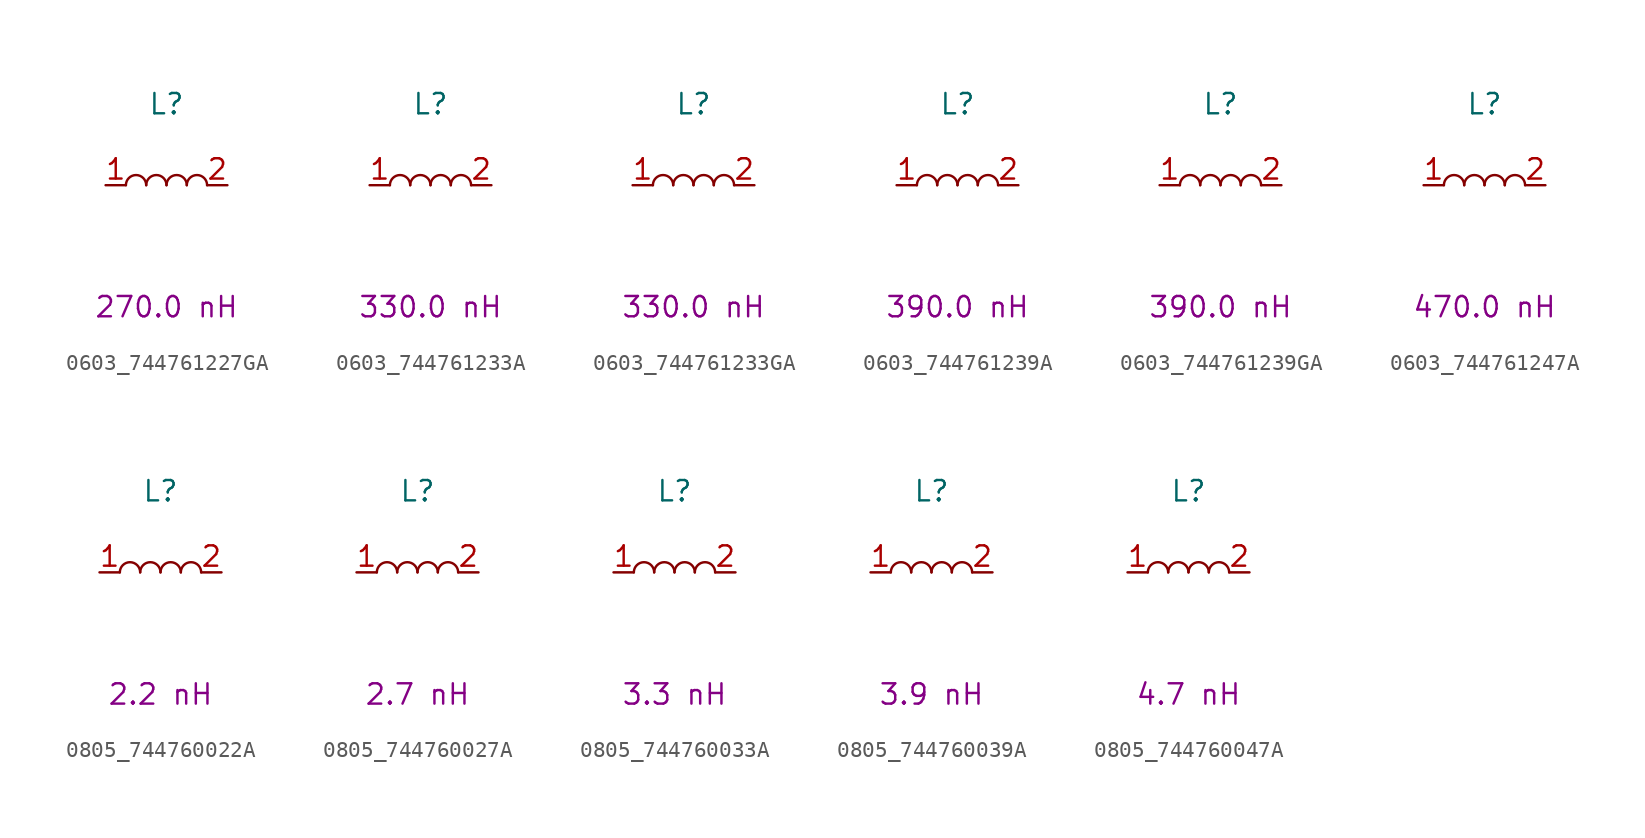
<source format=kicad_sym>
(kicad_symbol_lib
  (version 20220914)
  (generator kicad_symbol_editor)
  (symbol "0603_744761227GA"
    (pin_names hide)
    (property "Reference" "L"
      (at 0 5.08 0)
      (effects (font (size 1.27 1.27))))
    (property "Critical Parameter" "270.0 nH"
      (at 0 -7.62 0)
      (effects (font (size 1.27 1.27))))
    (symbol "0603_744761227GA_0_1"
      (arc (start -1.27 0) (mid -1.905 0.6323) (end -2.54 0) (stroke (width 0) (type default)) (fill (type none)))
      (arc (start 0 0) (mid -0.635 0.6323) (end -1.27 0) (stroke (width 0) (type default)) (fill (type none)))
      (arc (start 1.27 0) (mid 0.635 0.6323) (end 0 0) (stroke (width 0) (type default)) (fill (type none)))
      (arc (start 2.54 0) (mid 1.905 0.6323) (end 1.27 0) (stroke (width 0) (type default)) (fill (type none))))
    (symbol "0603_744761227GA_1_1"
      (pin passive line (at -3.81 0 0) (length 1.27) (name "1" (effects (font (size 1.27 1.27)))) (number "1" (effects (font (size 1.27 1.27)))))
      (pin passive line (at 3.81 0 180) (length 1.27) (name "2" (effects (font (size 1.27 1.27)))) (number "2" (effects (font (size 1.27 1.27)))))))
  (symbol "0603_744761233A"
    (pin_names hide)
    (property "Reference" "L"
      (at 0 5.08 0)
      (effects (font (size 1.27 1.27))))
    (property "Critical Parameter" "330.0 nH"
      (at 0 -7.62 0)
      (effects (font (size 1.27 1.27))))
    (symbol "0603_744761233A_0_1"
      (arc (start -1.27 0) (mid -1.905 0.6323) (end -2.54 0) (stroke (width 0) (type default)) (fill (type none)))
      (arc (start 0 0) (mid -0.635 0.6323) (end -1.27 0) (stroke (width 0) (type default)) (fill (type none)))
      (arc (start 1.27 0) (mid 0.635 0.6323) (end 0 0) (stroke (width 0) (type default)) (fill (type none)))
      (arc (start 2.54 0) (mid 1.905 0.6323) (end 1.27 0) (stroke (width 0) (type default)) (fill (type none))))
    (symbol "0603_744761233A_1_1"
      (pin passive line (at -3.81 0 0) (length 1.27) (name "1" (effects (font (size 1.27 1.27)))) (number "1" (effects (font (size 1.27 1.27)))))
      (pin passive line (at 3.81 0 180) (length 1.27) (name "2" (effects (font (size 1.27 1.27)))) (number "2" (effects (font (size 1.27 1.27)))))))
  (symbol "0603_744761233GA"
    (pin_names hide)
    (property "Reference" "L"
      (at 0 5.08 0)
      (effects (font (size 1.27 1.27))))
    (property "Critical Parameter" "330.0 nH"
      (at 0 -7.62 0)
      (effects (font (size 1.27 1.27))))
    (symbol "0603_744761233GA_0_1"
      (arc (start -1.27 0) (mid -1.905 0.6323) (end -2.54 0) (stroke (width 0) (type default)) (fill (type none)))
      (arc (start 0 0) (mid -0.635 0.6323) (end -1.27 0) (stroke (width 0) (type default)) (fill (type none)))
      (arc (start 1.27 0) (mid 0.635 0.6323) (end 0 0) (stroke (width 0) (type default)) (fill (type none)))
      (arc (start 2.54 0) (mid 1.905 0.6323) (end 1.27 0) (stroke (width 0) (type default)) (fill (type none))))
    (symbol "0603_744761233GA_1_1"
      (pin passive line (at -3.81 0 0) (length 1.27) (name "1" (effects (font (size 1.27 1.27)))) (number "1" (effects (font (size 1.27 1.27)))))
      (pin passive line (at 3.81 0 180) (length 1.27) (name "2" (effects (font (size 1.27 1.27)))) (number "2" (effects (font (size 1.27 1.27)))))))
  (symbol "0603_744761239A"
    (pin_names hide)
    (property "Reference" "L"
      (at 0 5.08 0)
      (effects (font (size 1.27 1.27))))
    (property "Critical Parameter" "390.0 nH"
      (at 0 -7.62 0)
      (effects (font (size 1.27 1.27))))
    (symbol "0603_744761239A_0_1"
      (arc (start -1.27 0) (mid -1.905 0.6323) (end -2.54 0) (stroke (width 0) (type default)) (fill (type none)))
      (arc (start 0 0) (mid -0.635 0.6323) (end -1.27 0) (stroke (width 0) (type default)) (fill (type none)))
      (arc (start 1.27 0) (mid 0.635 0.6323) (end 0 0) (stroke (width 0) (type default)) (fill (type none)))
      (arc (start 2.54 0) (mid 1.905 0.6323) (end 1.27 0) (stroke (width 0) (type default)) (fill (type none))))
    (symbol "0603_744761239A_1_1"
      (pin passive line (at -3.81 0 0) (length 1.27) (name "1" (effects (font (size 1.27 1.27)))) (number "1" (effects (font (size 1.27 1.27)))))
      (pin passive line (at 3.81 0 180) (length 1.27) (name "2" (effects (font (size 1.27 1.27)))) (number "2" (effects (font (size 1.27 1.27)))))))
  (symbol "0603_744761239GA"
    (pin_names hide)
    (property "Reference" "L"
      (at 0 5.08 0)
      (effects (font (size 1.27 1.27))))
    (property "Critical Parameter" "390.0 nH"
      (at 0 -7.62 0)
      (effects (font (size 1.27 1.27))))
    (symbol "0603_744761239GA_0_1"
      (arc (start -1.27 0) (mid -1.905 0.6323) (end -2.54 0) (stroke (width 0) (type default)) (fill (type none)))
      (arc (start 0 0) (mid -0.635 0.6323) (end -1.27 0) (stroke (width 0) (type default)) (fill (type none)))
      (arc (start 1.27 0) (mid 0.635 0.6323) (end 0 0) (stroke (width 0) (type default)) (fill (type none)))
      (arc (start 2.54 0) (mid 1.905 0.6323) (end 1.27 0) (stroke (width 0) (type default)) (fill (type none))))
    (symbol "0603_744761239GA_1_1"
      (pin passive line (at -3.81 0 0) (length 1.27) (name "1" (effects (font (size 1.27 1.27)))) (number "1" (effects (font (size 1.27 1.27)))))
      (pin passive line (at 3.81 0 180) (length 1.27) (name "2" (effects (font (size 1.27 1.27)))) (number "2" (effects (font (size 1.27 1.27)))))))
  (symbol "0603_744761247A"
    (pin_names hide)
    (property "Reference" "L"
      (at 0 5.08 0)
      (effects (font (size 1.27 1.27))))
    (property "Critical Parameter" "470.0 nH"
      (at 0 -7.62 0)
      (effects (font (size 1.27 1.27))))
    (symbol "0603_744761247A_0_1"
      (arc (start -1.27 0) (mid -1.905 0.6323) (end -2.54 0) (stroke (width 0) (type default)) (fill (type none)))
      (arc (start 0 0) (mid -0.635 0.6323) (end -1.27 0) (stroke (width 0) (type default)) (fill (type none)))
      (arc (start 1.27 0) (mid 0.635 0.6323) (end 0 0) (stroke (width 0) (type default)) (fill (type none)))
      (arc (start 2.54 0) (mid 1.905 0.6323) (end 1.27 0) (stroke (width 0) (type default)) (fill (type none))))
    (symbol "0603_744761247A_1_1"
      (pin passive line (at -3.81 0 0) (length 1.27) (name "1" (effects (font (size 1.27 1.27)))) (number "1" (effects (font (size 1.27 1.27)))))
      (pin passive line (at 3.81 0 180) (length 1.27) (name "2" (effects (font (size 1.27 1.27)))) (number "2" (effects (font (size 1.27 1.27)))))))
  (symbol "0805_744760022A"
    (pin_names hide)
    (property "Reference" "L"
      (at 0 5.08 0)
      (effects (font (size 1.27 1.27))))
    (property "Critical Parameter" "2.2 nH"
      (at 0 -7.62 0)
      (effects (font (size 1.27 1.27))))
    (symbol "0805_744760022A_0_1"
      (arc (start -1.27 0) (mid -1.905 0.6323) (end -2.54 0) (stroke (width 0) (type default)) (fill (type none)))
      (arc (start 0 0) (mid -0.635 0.6323) (end -1.27 0) (stroke (width 0) (type default)) (fill (type none)))
      (arc (start 1.27 0) (mid 0.635 0.6323) (end 0 0) (stroke (width 0) (type default)) (fill (type none)))
      (arc (start 2.54 0) (mid 1.905 0.6323) (end 1.27 0) (stroke (width 0) (type default)) (fill (type none))))
    (symbol "0805_744760022A_1_1"
      (pin passive line (at -3.81 0 0) (length 1.27) (name "1" (effects (font (size 1.27 1.27)))) (number "1" (effects (font (size 1.27 1.27)))))
      (pin passive line (at 3.81 0 180) (length 1.27) (name "2" (effects (font (size 1.27 1.27)))) (number "2" (effects (font (size 1.27 1.27)))))))
  (symbol "0805_744760027A"
    (pin_names hide)
    (property "Reference" "L"
      (at 0 5.08 0)
      (effects (font (size 1.27 1.27))))
    (property "Critical Parameter" "2.7 nH"
      (at 0 -7.62 0)
      (effects (font (size 1.27 1.27))))
    (symbol "0805_744760027A_0_1"
      (arc (start -1.27 0) (mid -1.905 0.6323) (end -2.54 0) (stroke (width 0) (type default)) (fill (type none)))
      (arc (start 0 0) (mid -0.635 0.6323) (end -1.27 0) (stroke (width 0) (type default)) (fill (type none)))
      (arc (start 1.27 0) (mid 0.635 0.6323) (end 0 0) (stroke (width 0) (type default)) (fill (type none)))
      (arc (start 2.54 0) (mid 1.905 0.6323) (end 1.27 0) (stroke (width 0) (type default)) (fill (type none))))
    (symbol "0805_744760027A_1_1"
      (pin passive line (at -3.81 0 0) (length 1.27) (name "1" (effects (font (size 1.27 1.27)))) (number "1" (effects (font (size 1.27 1.27)))))
      (pin passive line (at 3.81 0 180) (length 1.27) (name "2" (effects (font (size 1.27 1.27)))) (number "2" (effects (font (size 1.27 1.27)))))))
  (symbol "0805_744760033A"
    (pin_names hide)
    (property "Reference" "L"
      (at 0 5.08 0)
      (effects (font (size 1.27 1.27))))
    (property "Critical Parameter" "3.3 nH"
      (at 0 -7.62 0)
      (effects (font (size 1.27 1.27))))
    (symbol "0805_744760033A_0_1"
      (arc (start -1.27 0) (mid -1.905 0.6323) (end -2.54 0) (stroke (width 0) (type default)) (fill (type none)))
      (arc (start 0 0) (mid -0.635 0.6323) (end -1.27 0) (stroke (width 0) (type default)) (fill (type none)))
      (arc (start 1.27 0) (mid 0.635 0.6323) (end 0 0) (stroke (width 0) (type default)) (fill (type none)))
      (arc (start 2.54 0) (mid 1.905 0.6323) (end 1.27 0) (stroke (width 0) (type default)) (fill (type none))))
    (symbol "0805_744760033A_1_1"
      (pin passive line (at -3.81 0 0) (length 1.27) (name "1" (effects (font (size 1.27 1.27)))) (number "1" (effects (font (size 1.27 1.27)))))
      (pin passive line (at 3.81 0 180) (length 1.27) (name "2" (effects (font (size 1.27 1.27)))) (number "2" (effects (font (size 1.27 1.27)))))))
  (symbol "0805_744760039A"
    (pin_names hide)
    (property "Reference" "L"
      (at 0 5.08 0)
      (effects (font (size 1.27 1.27))))
    (property "Critical Parameter" "3.9 nH"
      (at 0 -7.62 0)
      (effects (font (size 1.27 1.27))))
    (symbol "0805_744760039A_0_1"
      (arc (start -1.27 0) (mid -1.905 0.6323) (end -2.54 0) (stroke (width 0) (type default)) (fill (type none)))
      (arc (start 0 0) (mid -0.635 0.6323) (end -1.27 0) (stroke (width 0) (type default)) (fill (type none)))
      (arc (start 1.27 0) (mid 0.635 0.6323) (end 0 0) (stroke (width 0) (type default)) (fill (type none)))
      (arc (start 2.54 0) (mid 1.905 0.6323) (end 1.27 0) (stroke (width 0) (type default)) (fill (type none))))
    (symbol "0805_744760039A_1_1"
      (pin passive line (at -3.81 0 0) (length 1.27) (name "1" (effects (font (size 1.27 1.27)))) (number "1" (effects (font (size 1.27 1.27)))))
      (pin passive line (at 3.81 0 180) (length 1.27) (name "2" (effects (font (size 1.27 1.27)))) (number "2" (effects (font (size 1.27 1.27)))))))
  (symbol "0805_744760047A"
    (pin_names hide)
    (property "Reference" "L"
      (at 0 5.08 0)
      (effects (font (size 1.27 1.27))))
    (property "Critical Parameter" "4.7 nH"
      (at 0 -7.62 0)
      (effects (font (size 1.27 1.27))))
    (symbol "0805_744760047A_0_1"
      (arc (start -1.27 0) (mid -1.905 0.6323) (end -2.54 0) (stroke (width 0) (type default)) (fill (type none)))
      (arc (start 0 0) (mid -0.635 0.6323) (end -1.27 0) (stroke (width 0) (type default)) (fill (type none)))
      (arc (start 1.27 0) (mid 0.635 0.6323) (end 0 0) (stroke (width 0) (type default)) (fill (type none)))
      (arc (start 2.54 0) (mid 1.905 0.6323) (end 1.27 0) (stroke (width 0) (type default)) (fill (type none))))
    (symbol "0805_744760047A_1_1"
      (pin passive line (at -3.81 0 0) (length 1.27) (name "1" (effects (font (size 1.27 1.27)))) (number "1" (effects (font (size 1.27 1.27)))))
      (pin passive line (at 3.81 0 180) (length 1.27) (name "2" (effects (font (size 1.27 1.27)))) (number "2" (effects (font (size 1.27 1.27))))))))
</source>
